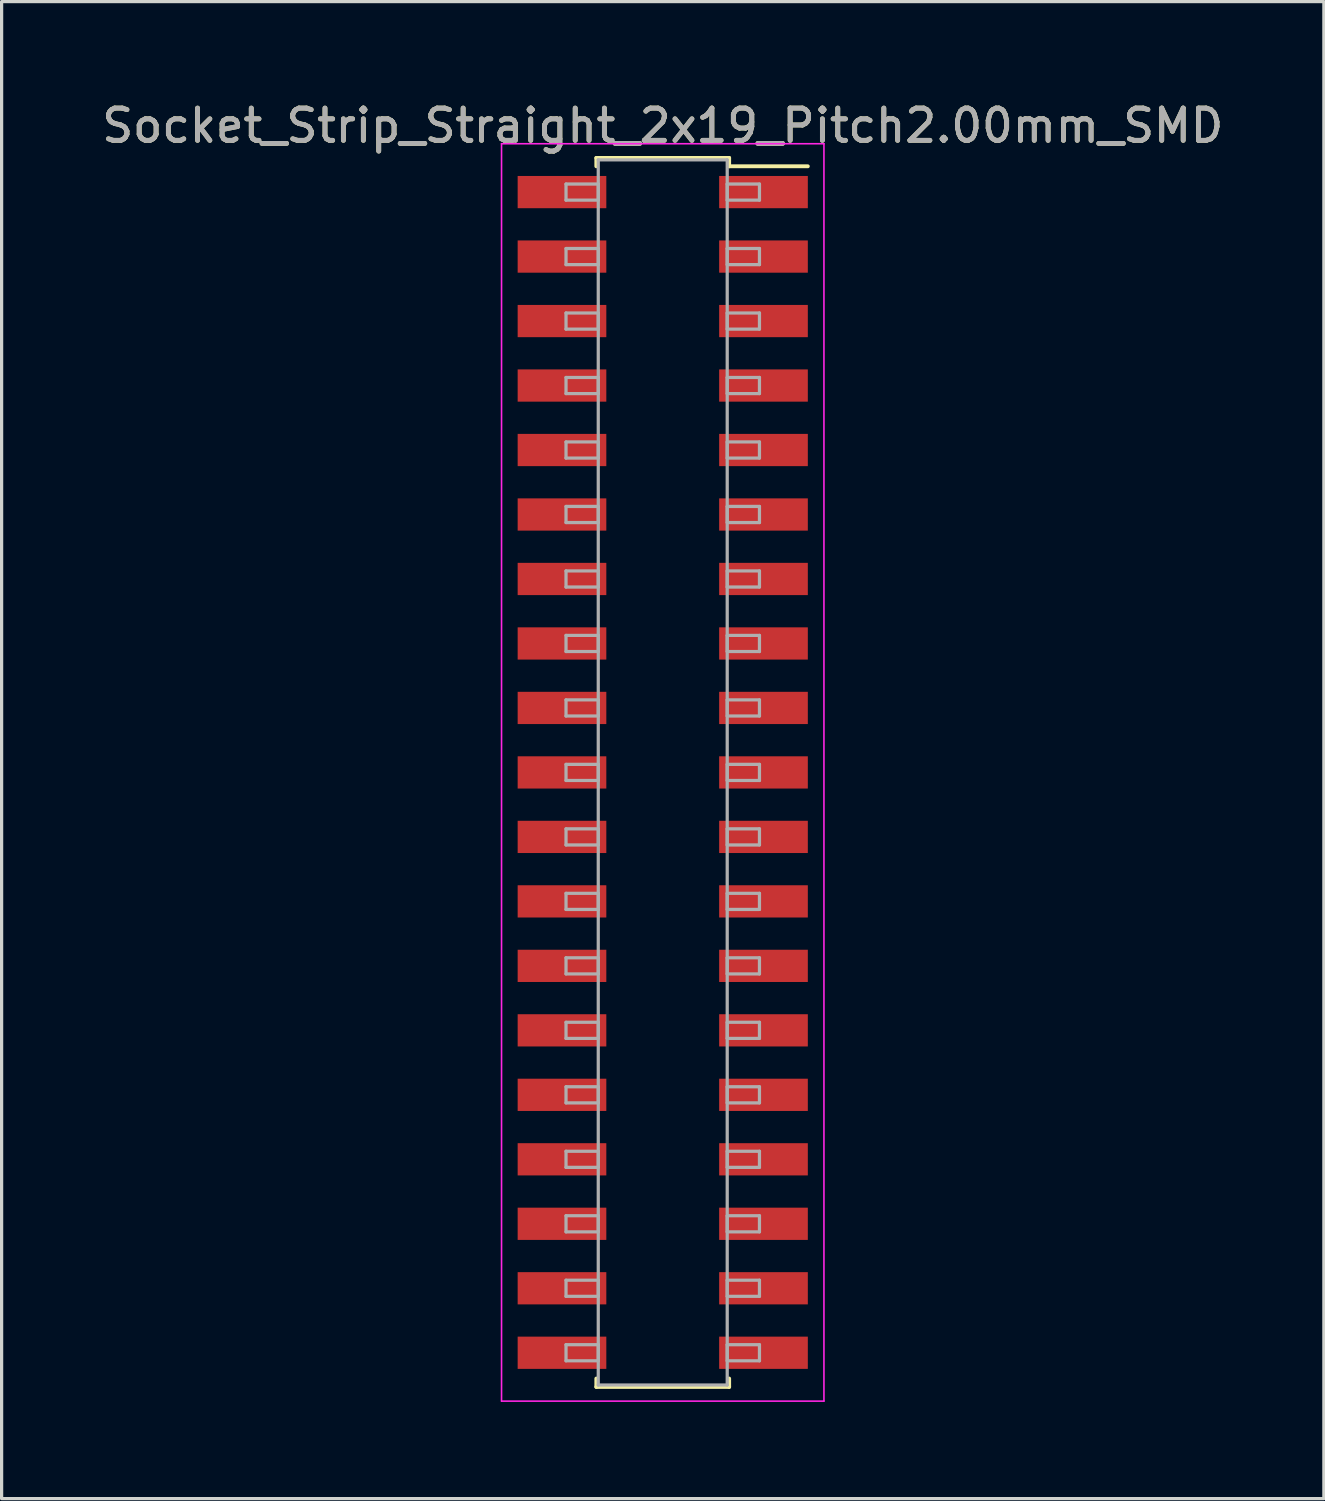
<source format=kicad_pcb>
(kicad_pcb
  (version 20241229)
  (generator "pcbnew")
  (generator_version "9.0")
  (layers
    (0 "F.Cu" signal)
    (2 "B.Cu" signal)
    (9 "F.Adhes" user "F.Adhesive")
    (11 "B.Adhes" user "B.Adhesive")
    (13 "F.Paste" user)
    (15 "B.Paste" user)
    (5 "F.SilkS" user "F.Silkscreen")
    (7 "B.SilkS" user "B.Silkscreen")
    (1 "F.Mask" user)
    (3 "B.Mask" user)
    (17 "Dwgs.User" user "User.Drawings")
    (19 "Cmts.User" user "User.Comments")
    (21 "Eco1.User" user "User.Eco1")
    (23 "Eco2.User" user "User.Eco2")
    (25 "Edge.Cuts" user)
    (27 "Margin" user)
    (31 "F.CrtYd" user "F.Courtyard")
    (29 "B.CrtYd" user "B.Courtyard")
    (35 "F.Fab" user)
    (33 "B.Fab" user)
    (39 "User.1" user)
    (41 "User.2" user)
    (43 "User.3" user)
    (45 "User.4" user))
  (footprint "Socket_Strip_Straight_2x19_Pitch2.00mm_SMD"
    (layer "F.Cu")
    (at 17.506 20.908)
    (property "Reference" "Socket_Strip_Straight_2x19_Pitch2.00mm_SMD" (at 0 -20.06 0) (layer "F.SilkS") (effects (font (size 1 1) (thickness 0.15))))
    (attr smd)
    (fp_line (start -2.06 -19.06) (end 2.06 -19.06) (stroke (width 0.12) (type solid)) (layer "F.SilkS"))
    (fp_line (start -2.06 -18.8) (end -2.06 -19.06) (stroke (width 0.12) (type solid)) (layer "F.SilkS"))
    (fp_line (start -2.06 18.8) (end -2.06 19.06) (stroke (width 0.12) (type solid)) (layer "F.SilkS"))
    (fp_line (start -2.06 19.06) (end 2.06 19.06) (stroke (width 0.12) (type solid)) (layer "F.SilkS"))
    (fp_line (start 2.06 -19.06) (end 2.06 -18.8) (stroke (width 0.12) (type solid)) (layer "F.SilkS"))
    (fp_line (start 2.06 19.06) (end 2.06 18.8) (stroke (width 0.12) (type solid)) (layer "F.SilkS"))
    (fp_line (start 4.5 -18.8) (end 2.06 -18.8) (stroke (width 0.12) (type solid)) (layer "F.SilkS"))
    (fp_line (start -5 -19.5) (end -5 19.5) (stroke (width 0.05) (type solid)) (layer "F.CrtYd"))
    (fp_line (start -5 19.5) (end 5 19.5) (stroke (width 0.05) (type solid)) (layer "F.CrtYd"))
    (fp_line (start 5 -19.5) (end -5 -19.5) (stroke (width 0.05) (type solid)) (layer "F.CrtYd"))
    (fp_line (start 5 19.5) (end 5 -19.5) (stroke (width 0.05) (type solid)) (layer "F.CrtYd"))
    (fp_line (start -3 -18.25) (end -2 -18.25) (stroke (width 0.1) (type solid)) (layer "F.Fab"))
    (fp_line (start -3 -17.75) (end -3 -18.25) (stroke (width 0.1) (type solid)) (layer "F.Fab"))
    (fp_line (start -3 -16.25) (end -2 -16.25) (stroke (width 0.1) (type solid)) (layer "F.Fab"))
    (fp_line (start -3 -15.75) (end -3 -16.25) (stroke (width 0.1) (type solid)) (layer "F.Fab"))
    (fp_line (start -3 -14.25) (end -2 -14.25) (stroke (width 0.1) (type solid)) (layer "F.Fab"))
    (fp_line (start -3 -13.75) (end -3 -14.25) (stroke (width 0.1) (type solid)) (layer "F.Fab"))
    (fp_line (start -3 -12.25) (end -2 -12.25) (stroke (width 0.1) (type solid)) (layer "F.Fab"))
    (fp_line (start -3 -11.75) (end -3 -12.25) (stroke (width 0.1) (type solid)) (layer "F.Fab"))
    (fp_line (start -3 -10.25) (end -2 -10.25) (stroke (width 0.1) (type solid)) (layer "F.Fab"))
    (fp_line (start -3 -9.75) (end -3 -10.25) (stroke (width 0.1) (type solid)) (layer "F.Fab"))
    (fp_line (start -3 -8.25) (end -2 -8.25) (stroke (width 0.1) (type solid)) (layer "F.Fab"))
    (fp_line (start -3 -7.75) (end -3 -8.25) (stroke (width 0.1) (type solid)) (layer "F.Fab"))
    (fp_line (start -3 -6.25) (end -2 -6.25) (stroke (width 0.1) (type solid)) (layer "F.Fab"))
    (fp_line (start -3 -5.75) (end -3 -6.25) (stroke (width 0.1) (type solid)) (layer "F.Fab"))
    (fp_line (start -3 -4.25) (end -2 -4.25) (stroke (width 0.1) (type solid)) (layer "F.Fab"))
    (fp_line (start -3 -3.75) (end -3 -4.25) (stroke (width 0.1) (type solid)) (layer "F.Fab"))
    (fp_line (start -3 -2.25) (end -2 -2.25) (stroke (width 0.1) (type solid)) (layer "F.Fab"))
    (fp_line (start -3 -1.75) (end -3 -2.25) (stroke (width 0.1) (type solid)) (layer "F.Fab"))
    (fp_line (start -3 -0.25) (end -2 -0.25) (stroke (width 0.1) (type solid)) (layer "F.Fab"))
    (fp_line (start -3 0.25) (end -3 -0.25) (stroke (width 0.1) (type solid)) (layer "F.Fab"))
    (fp_line (start -3 1.75) (end -2 1.75) (stroke (width 0.1) (type solid)) (layer "F.Fab"))
    (fp_line (start -3 2.25) (end -3 1.75) (stroke (width 0.1) (type solid)) (layer "F.Fab"))
    (fp_line (start -3 3.75) (end -2 3.75) (stroke (width 0.1) (type solid)) (layer "F.Fab"))
    (fp_line (start -3 4.25) (end -3 3.75) (stroke (width 0.1) (type solid)) (layer "F.Fab"))
    (fp_line (start -3 5.75) (end -2 5.75) (stroke (width 0.1) (type solid)) (layer "F.Fab"))
    (fp_line (start -3 6.25) (end -3 5.75) (stroke (width 0.1) (type solid)) (layer "F.Fab"))
    (fp_line (start -3 7.75) (end -2 7.75) (stroke (width 0.1) (type solid)) (layer "F.Fab"))
    (fp_line (start -3 8.25) (end -3 7.75) (stroke (width 0.1) (type solid)) (layer "F.Fab"))
    (fp_line (start -3 9.75) (end -2 9.75) (stroke (width 0.1) (type solid)) (layer "F.Fab"))
    (fp_line (start -3 10.25) (end -3 9.75) (stroke (width 0.1) (type solid)) (layer "F.Fab"))
    (fp_line (start -3 11.75) (end -2 11.75) (stroke (width 0.1) (type solid)) (layer "F.Fab"))
    (fp_line (start -3 12.25) (end -3 11.75) (stroke (width 0.1) (type solid)) (layer "F.Fab"))
    (fp_line (start -3 13.75) (end -2 13.75) (stroke (width 0.1) (type solid)) (layer "F.Fab"))
    (fp_line (start -3 14.25) (end -3 13.75) (stroke (width 0.1) (type solid)) (layer "F.Fab"))
    (fp_line (start -3 15.75) (end -2 15.75) (stroke (width 0.1) (type solid)) (layer "F.Fab"))
    (fp_line (start -3 16.25) (end -3 15.75) (stroke (width 0.1) (type solid)) (layer "F.Fab"))
    (fp_line (start -3 17.75) (end -2 17.75) (stroke (width 0.1) (type solid)) (layer "F.Fab"))
    (fp_line (start -3 18.25) (end -3 17.75) (stroke (width 0.1) (type solid)) (layer "F.Fab"))
    (fp_line (start -2 -19) (end -2 19) (stroke (width 0.1) (type solid)) (layer "F.Fab"))
    (fp_line (start -2 -18.25) (end -2 -17.75) (stroke (width 0.1) (type solid)) (layer "F.Fab"))
    (fp_line (start -2 -17.75) (end -3 -17.75) (stroke (width 0.1) (type solid)) (layer "F.Fab"))
    (fp_line (start -2 -16.25) (end -2 -15.75) (stroke (width 0.1) (type solid)) (layer "F.Fab"))
    (fp_line (start -2 -15.75) (end -3 -15.75) (stroke (width 0.1) (type solid)) (layer "F.Fab"))
    (fp_line (start -2 -14.25) (end -2 -13.75) (stroke (width 0.1) (type solid)) (layer "F.Fab"))
    (fp_line (start -2 -13.75) (end -3 -13.75) (stroke (width 0.1) (type solid)) (layer "F.Fab"))
    (fp_line (start -2 -12.25) (end -2 -11.75) (stroke (width 0.1) (type solid)) (layer "F.Fab"))
    (fp_line (start -2 -11.75) (end -3 -11.75) (stroke (width 0.1) (type solid)) (layer "F.Fab"))
    (fp_line (start -2 -10.25) (end -2 -9.75) (stroke (width 0.1) (type solid)) (layer "F.Fab"))
    (fp_line (start -2 -9.75) (end -3 -9.75) (stroke (width 0.1) (type solid)) (layer "F.Fab"))
    (fp_line (start -2 -8.25) (end -2 -7.75) (stroke (width 0.1) (type solid)) (layer "F.Fab"))
    (fp_line (start -2 -7.75) (end -3 -7.75) (stroke (width 0.1) (type solid)) (layer "F.Fab"))
    (fp_line (start -2 -6.25) (end -2 -5.75) (stroke (width 0.1) (type solid)) (layer "F.Fab"))
    (fp_line (start -2 -5.75) (end -3 -5.75) (stroke (width 0.1) (type solid)) (layer "F.Fab"))
    (fp_line (start -2 -4.25) (end -2 -3.75) (stroke (width 0.1) (type solid)) (layer "F.Fab"))
    (fp_line (start -2 -3.75) (end -3 -3.75) (stroke (width 0.1) (type solid)) (layer "F.Fab"))
    (fp_line (start -2 -2.25) (end -2 -1.75) (stroke (width 0.1) (type solid)) (layer "F.Fab"))
    (fp_line (start -2 -1.75) (end -3 -1.75) (stroke (width 0.1) (type solid)) (layer "F.Fab"))
    (fp_line (start -2 -0.25) (end -2 0.25) (stroke (width 0.1) (type solid)) (layer "F.Fab"))
    (fp_line (start -2 0.25) (end -3 0.25) (stroke (width 0.1) (type solid)) (layer "F.Fab"))
    (fp_line (start -2 1.75) (end -2 2.25) (stroke (width 0.1) (type solid)) (layer "F.Fab"))
    (fp_line (start -2 2.25) (end -3 2.25) (stroke (width 0.1) (type solid)) (layer "F.Fab"))
    (fp_line (start -2 3.75) (end -2 4.25) (stroke (width 0.1) (type solid)) (layer "F.Fab"))
    (fp_line (start -2 4.25) (end -3 4.25) (stroke (width 0.1) (type solid)) (layer "F.Fab"))
    (fp_line (start -2 5.75) (end -2 6.25) (stroke (width 0.1) (type solid)) (layer "F.Fab"))
    (fp_line (start -2 6.25) (end -3 6.25) (stroke (width 0.1) (type solid)) (layer "F.Fab"))
    (fp_line (start -2 7.75) (end -2 8.25) (stroke (width 0.1) (type solid)) (layer "F.Fab"))
    (fp_line (start -2 8.25) (end -3 8.25) (stroke (width 0.1) (type solid)) (layer "F.Fab"))
    (fp_line (start -2 9.75) (end -2 10.25) (stroke (width 0.1) (type solid)) (layer "F.Fab"))
    (fp_line (start -2 10.25) (end -3 10.25) (stroke (width 0.1) (type solid)) (layer "F.Fab"))
    (fp_line (start -2 11.75) (end -2 12.25) (stroke (width 0.1) (type solid)) (layer "F.Fab"))
    (fp_line (start -2 12.25) (end -3 12.25) (stroke (width 0.1) (type solid)) (layer "F.Fab"))
    (fp_line (start -2 13.75) (end -2 14.25) (stroke (width 0.1) (type solid)) (layer "F.Fab"))
    (fp_line (start -2 14.25) (end -3 14.25) (stroke (width 0.1) (type solid)) (layer "F.Fab"))
    (fp_line (start -2 15.75) (end -2 16.25) (stroke (width 0.1) (type solid)) (layer "F.Fab"))
    (fp_line (start -2 16.25) (end -3 16.25) (stroke (width 0.1) (type solid)) (layer "F.Fab"))
    (fp_line (start -2 17.75) (end -2 18.25) (stroke (width 0.1) (type solid)) (layer "F.Fab"))
    (fp_line (start -2 18.25) (end -3 18.25) (stroke (width 0.1) (type solid)) (layer "F.Fab"))
    (fp_line (start -2 19) (end 2 19) (stroke (width 0.1) (type solid)) (layer "F.Fab"))
    (fp_line (start 2 -19) (end -2 -19) (stroke (width 0.1) (type solid)) (layer "F.Fab"))
    (fp_line (start 2 -18.25) (end 2 -17.75) (stroke (width 0.1) (type solid)) (layer "F.Fab"))
    (fp_line (start 2 -17.75) (end 3 -17.75) (stroke (width 0.1) (type solid)) (layer "F.Fab"))
    (fp_line (start 2 -16.25) (end 2 -15.75) (stroke (width 0.1) (type solid)) (layer "F.Fab"))
    (fp_line (start 2 -15.75) (end 3 -15.75) (stroke (width 0.1) (type solid)) (layer "F.Fab"))
    (fp_line (start 2 -14.25) (end 2 -13.75) (stroke (width 0.1) (type solid)) (layer "F.Fab"))
    (fp_line (start 2 -13.75) (end 3 -13.75) (stroke (width 0.1) (type solid)) (layer "F.Fab"))
    (fp_line (start 2 -12.25) (end 2 -11.75) (stroke (width 0.1) (type solid)) (layer "F.Fab"))
    (fp_line (start 2 -11.75) (end 3 -11.75) (stroke (width 0.1) (type solid)) (layer "F.Fab"))
    (fp_line (start 2 -10.25) (end 2 -9.75) (stroke (width 0.1) (type solid)) (layer "F.Fab"))
    (fp_line (start 2 -9.75) (end 3 -9.75) (stroke (width 0.1) (type solid)) (layer "F.Fab"))
    (fp_line (start 2 -8.25) (end 2 -7.75) (stroke (width 0.1) (type solid)) (layer "F.Fab"))
    (fp_line (start 2 -7.75) (end 3 -7.75) (stroke (width 0.1) (type solid)) (layer "F.Fab"))
    (fp_line (start 2 -6.25) (end 2 -5.75) (stroke (width 0.1) (type solid)) (layer "F.Fab"))
    (fp_line (start 2 -5.75) (end 3 -5.75) (stroke (width 0.1) (type solid)) (layer "F.Fab"))
    (fp_line (start 2 -4.25) (end 2 -3.75) (stroke (width 0.1) (type solid)) (layer "F.Fab"))
    (fp_line (start 2 -3.75) (end 3 -3.75) (stroke (width 0.1) (type solid)) (layer "F.Fab"))
    (fp_line (start 2 -2.25) (end 2 -1.75) (stroke (width 0.1) (type solid)) (layer "F.Fab"))
    (fp_line (start 2 -1.75) (end 3 -1.75) (stroke (width 0.1) (type solid)) (layer "F.Fab"))
    (fp_line (start 2 -0.25) (end 2 0.25) (stroke (width 0.1) (type solid)) (layer "F.Fab"))
    (fp_line (start 2 0.25) (end 3 0.25) (stroke (width 0.1) (type solid)) (layer "F.Fab"))
    (fp_line (start 2 1.75) (end 2 2.25) (stroke (width 0.1) (type solid)) (layer "F.Fab"))
    (fp_line (start 2 2.25) (end 3 2.25) (stroke (width 0.1) (type solid)) (layer "F.Fab"))
    (fp_line (start 2 3.75) (end 2 4.25) (stroke (width 0.1) (type solid)) (layer "F.Fab"))
    (fp_line (start 2 4.25) (end 3 4.25) (stroke (width 0.1) (type solid)) (layer "F.Fab"))
    (fp_line (start 2 5.75) (end 2 6.25) (stroke (width 0.1) (type solid)) (layer "F.Fab"))
    (fp_line (start 2 6.25) (end 3 6.25) (stroke (width 0.1) (type solid)) (layer "F.Fab"))
    (fp_line (start 2 7.75) (end 2 8.25) (stroke (width 0.1) (type solid)) (layer "F.Fab"))
    (fp_line (start 2 8.25) (end 3 8.25) (stroke (width 0.1) (type solid)) (layer "F.Fab"))
    (fp_line (start 2 9.75) (end 2 10.25) (stroke (width 0.1) (type solid)) (layer "F.Fab"))
    (fp_line (start 2 10.25) (end 3 10.25) (stroke (width 0.1) (type solid)) (layer "F.Fab"))
    (fp_line (start 2 11.75) (end 2 12.25) (stroke (width 0.1) (type solid)) (layer "F.Fab"))
    (fp_line (start 2 12.25) (end 3 12.25) (stroke (width 0.1) (type solid)) (layer "F.Fab"))
    (fp_line (start 2 13.75) (end 2 14.25) (stroke (width 0.1) (type solid)) (layer "F.Fab"))
    (fp_line (start 2 14.25) (end 3 14.25) (stroke (width 0.1) (type solid)) (layer "F.Fab"))
    (fp_line (start 2 15.75) (end 2 16.25) (stroke (width 0.1) (type solid)) (layer "F.Fab"))
    (fp_line (start 2 16.25) (end 3 16.25) (stroke (width 0.1) (type solid)) (layer "F.Fab"))
    (fp_line (start 2 17.75) (end 2 18.25) (stroke (width 0.1) (type solid)) (layer "F.Fab"))
    (fp_line (start 2 18.25) (end 3 18.25) (stroke (width 0.1) (type solid)) (layer "F.Fab"))
    (fp_line (start 2 19) (end 2 -19) (stroke (width 0.1) (type solid)) (layer "F.Fab"))
    (fp_line (start 3 -18.25) (end 2 -18.25) (stroke (width 0.1) (type solid)) (layer "F.Fab"))
    (fp_line (start 3 -17.75) (end 3 -18.25) (stroke (width 0.1) (type solid)) (layer "F.Fab"))
    (fp_line (start 3 -16.25) (end 2 -16.25) (stroke (width 0.1) (type solid)) (layer "F.Fab"))
    (fp_line (start 3 -15.75) (end 3 -16.25) (stroke (width 0.1) (type solid)) (layer "F.Fab"))
    (fp_line (start 3 -14.25) (end 2 -14.25) (stroke (width 0.1) (type solid)) (layer "F.Fab"))
    (fp_line (start 3 -13.75) (end 3 -14.25) (stroke (width 0.1) (type solid)) (layer "F.Fab"))
    (fp_line (start 3 -12.25) (end 2 -12.25) (stroke (width 0.1) (type solid)) (layer "F.Fab"))
    (fp_line (start 3 -11.75) (end 3 -12.25) (stroke (width 0.1) (type solid)) (layer "F.Fab"))
    (fp_line (start 3 -10.25) (end 2 -10.25) (stroke (width 0.1) (type solid)) (layer "F.Fab"))
    (fp_line (start 3 -9.75) (end 3 -10.25) (stroke (width 0.1) (type solid)) (layer "F.Fab"))
    (fp_line (start 3 -8.25) (end 2 -8.25) (stroke (width 0.1) (type solid)) (layer "F.Fab"))
    (fp_line (start 3 -7.75) (end 3 -8.25) (stroke (width 0.1) (type solid)) (layer "F.Fab"))
    (fp_line (start 3 -6.25) (end 2 -6.25) (stroke (width 0.1) (type solid)) (layer "F.Fab"))
    (fp_line (start 3 -5.75) (end 3 -6.25) (stroke (width 0.1) (type solid)) (layer "F.Fab"))
    (fp_line (start 3 -4.25) (end 2 -4.25) (stroke (width 0.1) (type solid)) (layer "F.Fab"))
    (fp_line (start 3 -3.75) (end 3 -4.25) (stroke (width 0.1) (type solid)) (layer "F.Fab"))
    (fp_line (start 3 -2.25) (end 2 -2.25) (stroke (width 0.1) (type solid)) (layer "F.Fab"))
    (fp_line (start 3 -1.75) (end 3 -2.25) (stroke (width 0.1) (type solid)) (layer "F.Fab"))
    (fp_line (start 3 -0.25) (end 2 -0.25) (stroke (width 0.1) (type solid)) (layer "F.Fab"))
    (fp_line (start 3 0.25) (end 3 -0.25) (stroke (width 0.1) (type solid)) (layer "F.Fab"))
    (fp_line (start 3 1.75) (end 2 1.75) (stroke (width 0.1) (type solid)) (layer "F.Fab"))
    (fp_line (start 3 2.25) (end 3 1.75) (stroke (width 0.1) (type solid)) (layer "F.Fab"))
    (fp_line (start 3 3.75) (end 2 3.75) (stroke (width 0.1) (type solid)) (layer "F.Fab"))
    (fp_line (start 3 4.25) (end 3 3.75) (stroke (width 0.1) (type solid)) (layer "F.Fab"))
    (fp_line (start 3 5.75) (end 2 5.75) (stroke (width 0.1) (type solid)) (layer "F.Fab"))
    (fp_line (start 3 6.25) (end 3 5.75) (stroke (width 0.1) (type solid)) (layer "F.Fab"))
    (fp_line (start 3 7.75) (end 2 7.75) (stroke (width 0.1) (type solid)) (layer "F.Fab"))
    (fp_line (start 3 8.25) (end 3 7.75) (stroke (width 0.1) (type solid)) (layer "F.Fab"))
    (fp_line (start 3 9.75) (end 2 9.75) (stroke (width 0.1) (type solid)) (layer "F.Fab"))
    (fp_line (start 3 10.25) (end 3 9.75) (stroke (width 0.1) (type solid)) (layer "F.Fab"))
    (fp_line (start 3 11.75) (end 2 11.75) (stroke (width 0.1) (type solid)) (layer "F.Fab"))
    (fp_line (start 3 12.25) (end 3 11.75) (stroke (width 0.1) (type solid)) (layer "F.Fab"))
    (fp_line (start 3 13.75) (end 2 13.75) (stroke (width 0.1) (type solid)) (layer "F.Fab"))
    (fp_line (start 3 14.25) (end 3 13.75) (stroke (width 0.1) (type solid)) (layer "F.Fab"))
    (fp_line (start 3 15.75) (end 2 15.75) (stroke (width 0.1) (type solid)) (layer "F.Fab"))
    (fp_line (start 3 16.25) (end 3 15.75) (stroke (width 0.1) (type solid)) (layer "F.Fab"))
    (fp_line (start 3 17.75) (end 2 17.75) (stroke (width 0.1) (type solid)) (layer "F.Fab"))
    (fp_line (start 3 18.25) (end 3 17.75) (stroke (width 0.1) (type solid)) (layer "F.Fab"))
    (fp_text user "${REFERENCE}" (at 0 -20.06 0) (layer "F.Fab") (effects (font (size 1 1) (thickness 0.15))))
    (pad "1" smd rect (at 3.125 -18) (size 2.75 1) (layers "F.Cu" "F.Mask" "F.Paste"))
    (pad "2" smd rect (at -3.125 -18) (size 2.75 1) (layers "F.Cu" "F.Mask" "F.Paste"))
    (pad "3" smd rect (at 3.125 -16) (size 2.75 1) (layers "F.Cu" "F.Mask" "F.Paste"))
    (pad "4" smd rect (at -3.125 -16) (size 2.75 1) (layers "F.Cu" "F.Mask" "F.Paste"))
    (pad "5" smd rect (at 3.125 -14) (size 2.75 1) (layers "F.Cu" "F.Mask" "F.Paste"))
    (pad "6" smd rect (at -3.125 -14) (size 2.75 1) (layers "F.Cu" "F.Mask" "F.Paste"))
    (pad "7" smd rect (at 3.125 -12) (size 2.75 1) (layers "F.Cu" "F.Mask" "F.Paste"))
    (pad "8" smd rect (at -3.125 -12) (size 2.75 1) (layers "F.Cu" "F.Mask" "F.Paste"))
    (pad "9" smd rect (at 3.125 -10) (size 2.75 1) (layers "F.Cu" "F.Mask" "F.Paste"))
    (pad "10" smd rect (at -3.125 -10) (size 2.75 1) (layers "F.Cu" "F.Mask" "F.Paste"))
    (pad "11" smd rect (at 3.125 -8) (size 2.75 1) (layers "F.Cu" "F.Mask" "F.Paste"))
    (pad "12" smd rect (at -3.125 -8) (size 2.75 1) (layers "F.Cu" "F.Mask" "F.Paste"))
    (pad "13" smd rect (at 3.125 -6) (size 2.75 1) (layers "F.Cu" "F.Mask" "F.Paste"))
    (pad "14" smd rect (at -3.125 -6) (size 2.75 1) (layers "F.Cu" "F.Mask" "F.Paste"))
    (pad "15" smd rect (at 3.125 -4) (size 2.75 1) (layers "F.Cu" "F.Mask" "F.Paste"))
    (pad "16" smd rect (at -3.125 -4) (size 2.75 1) (layers "F.Cu" "F.Mask" "F.Paste"))
    (pad "17" smd rect (at 3.125 -2) (size 2.75 1) (layers "F.Cu" "F.Mask" "F.Paste"))
    (pad "18" smd rect (at -3.125 -2) (size 2.75 1) (layers "F.Cu" "F.Mask" "F.Paste"))
    (pad "19" smd rect (at 3.125 0) (size 2.75 1) (layers "F.Cu" "F.Mask" "F.Paste"))
    (pad "20" smd rect (at -3.125 0) (size 2.75 1) (layers "F.Cu" "F.Mask" "F.Paste"))
    (pad "21" smd rect (at 3.125 2) (size 2.75 1) (layers "F.Cu" "F.Mask" "F.Paste"))
    (pad "22" smd rect (at -3.125 2) (size 2.75 1) (layers "F.Cu" "F.Mask" "F.Paste"))
    (pad "23" smd rect (at 3.125 4) (size 2.75 1) (layers "F.Cu" "F.Mask" "F.Paste"))
    (pad "24" smd rect (at -3.125 4) (size 2.75 1) (layers "F.Cu" "F.Mask" "F.Paste"))
    (pad "25" smd rect (at 3.125 6) (size 2.75 1) (layers "F.Cu" "F.Mask" "F.Paste"))
    (pad "26" smd rect (at -3.125 6) (size 2.75 1) (layers "F.Cu" "F.Mask" "F.Paste"))
    (pad "27" smd rect (at 3.125 8) (size 2.75 1) (layers "F.Cu" "F.Mask" "F.Paste"))
    (pad "28" smd rect (at -3.125 8) (size 2.75 1) (layers "F.Cu" "F.Mask" "F.Paste"))
    (pad "29" smd rect (at 3.125 10) (size 2.75 1) (layers "F.Cu" "F.Mask" "F.Paste"))
    (pad "30" smd rect (at -3.125 10) (size 2.75 1) (layers "F.Cu" "F.Mask" "F.Paste"))
    (pad "31" smd rect (at 3.125 12) (size 2.75 1) (layers "F.Cu" "F.Mask" "F.Paste"))
    (pad "32" smd rect (at -3.125 12) (size 2.75 1) (layers "F.Cu" "F.Mask" "F.Paste"))
    (pad "33" smd rect (at 3.125 14) (size 2.75 1) (layers "F.Cu" "F.Mask" "F.Paste"))
    (pad "34" smd rect (at -3.125 14) (size 2.75 1) (layers "F.Cu" "F.Mask" "F.Paste"))
    (pad "35" smd rect (at 3.125 16) (size 2.75 1) (layers "F.Cu" "F.Mask" "F.Paste"))
    (pad "36" smd rect (at -3.125 16) (size 2.75 1) (layers "F.Cu" "F.Mask" "F.Paste"))
    (pad "37" smd rect (at 3.125 18) (size 2.75 1) (layers "F.Cu" "F.Mask" "F.Paste"))
    (pad "38" smd rect (at -3.125 18) (size 2.75 1) (layers "F.Cu" "F.Mask" "F.Paste")))
  (gr_rect
    (start -3 -3)
    (end 38.012 43.433)
    (stroke (width 0.1) (type default))
    (fill no)
    (layer "Edge.Cuts")))
</source>
